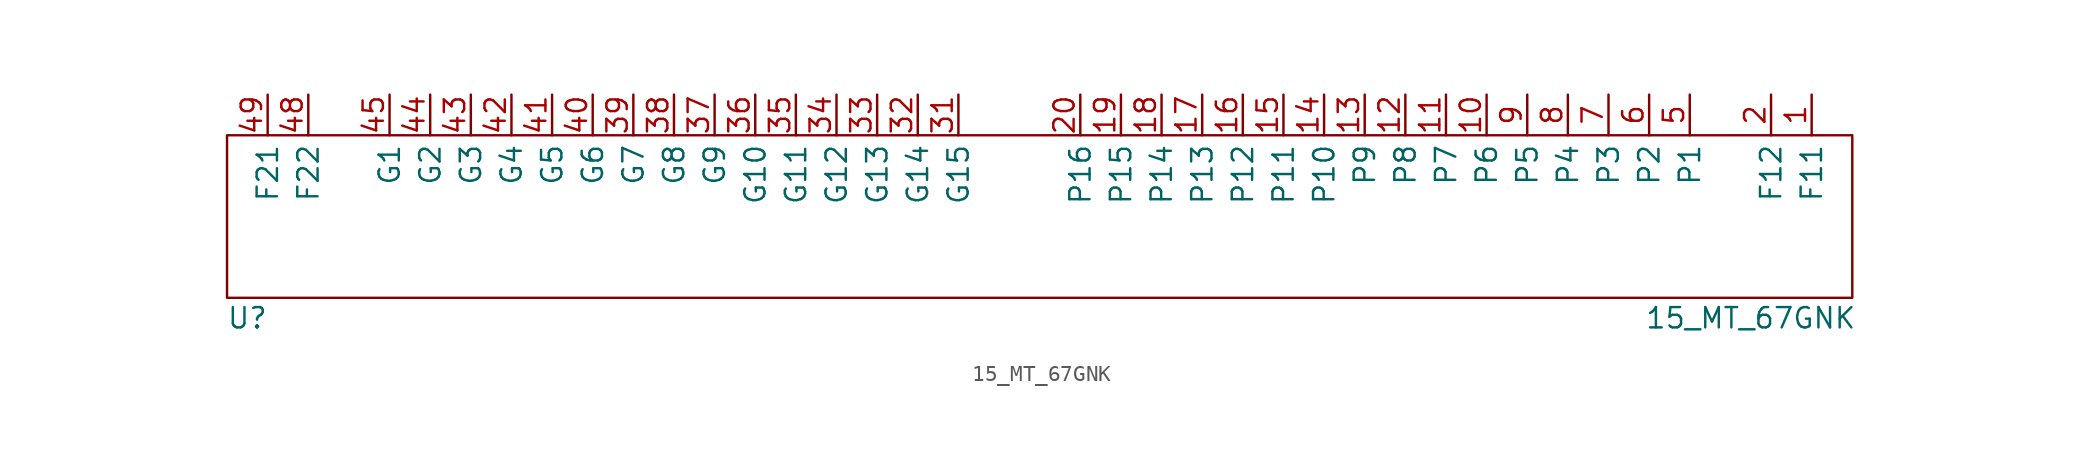
<source format=kicad_sym>
(kicad_symbol_lib
  (version 20211014)
  (generator kicad_symbol_editor)
  (symbol "15_MT_67GNK"
    (property "Reference" "U"
      (at -49.53 -6.35 0)
      (effects (font (size 1.27 1.27))))
    (property "Value" "15_MT_67GNK"
      (at 44.45 -6.35 0)
      (effects (font (size 1.27 1.27))))
    (symbol "15_MT_67GNK_0_1"
      (rectangle (start -50.8 5.08) (end 50.8 -5.08) (stroke (width 0) (type default) (color 0 0 0 0)) (fill (type none))))
    (symbol "15_MT_67GNK_1_1"
      (pin power_in line (at 48.26 7.62 270) (length 2.54) (name "F11" (effects (font (size 1.27 1.27)))) (number "1" (effects (font (size 1.27 1.27)))))
      (pin input line (at 27.94 7.62 270) (length 2.54) (name "P6" (effects (font (size 1.27 1.27)))) (number "10" (effects (font (size 1.27 1.27)))))
      (pin input line (at 25.4 7.62 270) (length 2.54) (name "P7" (effects (font (size 1.27 1.27)))) (number "11" (effects (font (size 1.27 1.27)))))
      (pin input line (at 22.86 7.62 270) (length 2.54) (name "P8" (effects (font (size 1.27 1.27)))) (number "12" (effects (font (size 1.27 1.27)))))
      (pin input line (at 20.32 7.62 270) (length 2.54) (name "P9" (effects (font (size 1.27 1.27)))) (number "13" (effects (font (size 1.27 1.27)))))
      (pin input line (at 17.78 7.62 270) (length 2.54) (name "P10" (effects (font (size 1.27 1.27)))) (number "14" (effects (font (size 1.27 1.27)))))
      (pin input line (at 15.24 7.62 270) (length 2.54) (name "P11" (effects (font (size 1.27 1.27)))) (number "15" (effects (font (size 1.27 1.27)))))
      (pin input line (at 12.7 7.62 270) (length 2.54) (name "P12" (effects (font (size 1.27 1.27)))) (number "16" (effects (font (size 1.27 1.27)))))
      (pin input line (at 10.16 7.62 270) (length 2.54) (name "P13" (effects (font (size 1.27 1.27)))) (number "17" (effects (font (size 1.27 1.27)))))
      (pin input line (at 7.62 7.62 270) (length 2.54) (name "P14" (effects (font (size 1.27 1.27)))) (number "18" (effects (font (size 1.27 1.27)))))
      (pin input line (at 5.08 7.62 270) (length 2.54) (name "P15" (effects (font (size 1.27 1.27)))) (number "19" (effects (font (size 1.27 1.27)))))
      (pin power_in line (at 45.72 7.62 270) (length 2.54) (name "F12" (effects (font (size 1.27 1.27)))) (number "2" (effects (font (size 1.27 1.27)))))
      (pin input line (at 2.54 7.62 270) (length 2.54) (name "P16" (effects (font (size 1.27 1.27)))) (number "20" (effects (font (size 1.27 1.27)))))
      (pin input line (at -5.08 7.62 270) (length 2.54) (name "G15" (effects (font (size 1.27 1.27)))) (number "31" (effects (font (size 1.27 1.27)))))
      (pin input line (at -7.62 7.62 270) (length 2.54) (name "G14" (effects (font (size 1.27 1.27)))) (number "32" (effects (font (size 1.27 1.27)))))
      (pin input line (at -10.16 7.62 270) (length 2.54) (name "G13" (effects (font (size 1.27 1.27)))) (number "33" (effects (font (size 1.27 1.27)))))
      (pin input line (at -12.7 7.62 270) (length 2.54) (name "G12" (effects (font (size 1.27 1.27)))) (number "34" (effects (font (size 1.27 1.27)))))
      (pin input line (at -15.24 7.62 270) (length 2.54) (name "G11" (effects (font (size 1.27 1.27)))) (number "35" (effects (font (size 1.27 1.27)))))
      (pin input line (at -17.78 7.62 270) (length 2.54) (name "G10" (effects (font (size 1.27 1.27)))) (number "36" (effects (font (size 1.27 1.27)))))
      (pin input line (at -20.32 7.62 270) (length 2.54) (name "G9" (effects (font (size 1.27 1.27)))) (number "37" (effects (font (size 1.27 1.27)))))
      (pin input line (at -22.86 7.62 270) (length 2.54) (name "G8" (effects (font (size 1.27 1.27)))) (number "38" (effects (font (size 1.27 1.27)))))
      (pin input line (at -25.4 7.62 270) (length 2.54) (name "G7" (effects (font (size 1.27 1.27)))) (number "39" (effects (font (size 1.27 1.27)))))
      (pin input line (at -27.94 7.62 270) (length 2.54) (name "G6" (effects (font (size 1.27 1.27)))) (number "40" (effects (font (size 1.27 1.27)))))
      (pin input line (at -30.48 7.62 270) (length 2.54) (name "G5" (effects (font (size 1.27 1.27)))) (number "41" (effects (font (size 1.27 1.27)))))
      (pin input line (at -33.02 7.62 270) (length 2.54) (name "G4" (effects (font (size 1.27 1.27)))) (number "42" (effects (font (size 1.27 1.27)))))
      (pin input line (at -35.56 7.62 270) (length 2.54) (name "G3" (effects (font (size 1.27 1.27)))) (number "43" (effects (font (size 1.27 1.27)))))
      (pin input line (at -38.1 7.62 270) (length 2.54) (name "G2" (effects (font (size 1.27 1.27)))) (number "44" (effects (font (size 1.27 1.27)))))
      (pin input line (at -40.64 7.62 270) (length 2.54) (name "G1" (effects (font (size 1.27 1.27)))) (number "45" (effects (font (size 1.27 1.27)))))
      (pin power_in line (at -45.72 7.62 270) (length 2.54) (name "F22" (effects (font (size 1.27 1.27)))) (number "48" (effects (font (size 1.27 1.27)))))
      (pin power_in line (at -48.26 7.62 270) (length 2.54) (name "F21" (effects (font (size 1.27 1.27)))) (number "49" (effects (font (size 1.27 1.27)))))
      (pin input line (at 40.64 7.62 270) (length 2.54) (name "P1" (effects (font (size 1.27 1.27)))) (number "5" (effects (font (size 1.27 1.27)))))
      (pin input line (at 38.1 7.62 270) (length 2.54) (name "P2" (effects (font (size 1.27 1.27)))) (number "6" (effects (font (size 1.27 1.27)))))
      (pin input line (at 35.56 7.62 270) (length 2.54) (name "P3" (effects (font (size 1.27 1.27)))) (number "7" (effects (font (size 1.27 1.27)))))
      (pin input line (at 33.02 7.62 270) (length 2.54) (name "P4" (effects (font (size 1.27 1.27)))) (number "8" (effects (font (size 1.27 1.27)))))
      (pin input line (at 30.48 7.62 270) (length 2.54) (name "P5" (effects (font (size 1.27 1.27)))) (number "9" (effects (font (size 1.27 1.27))))))))
</source>
